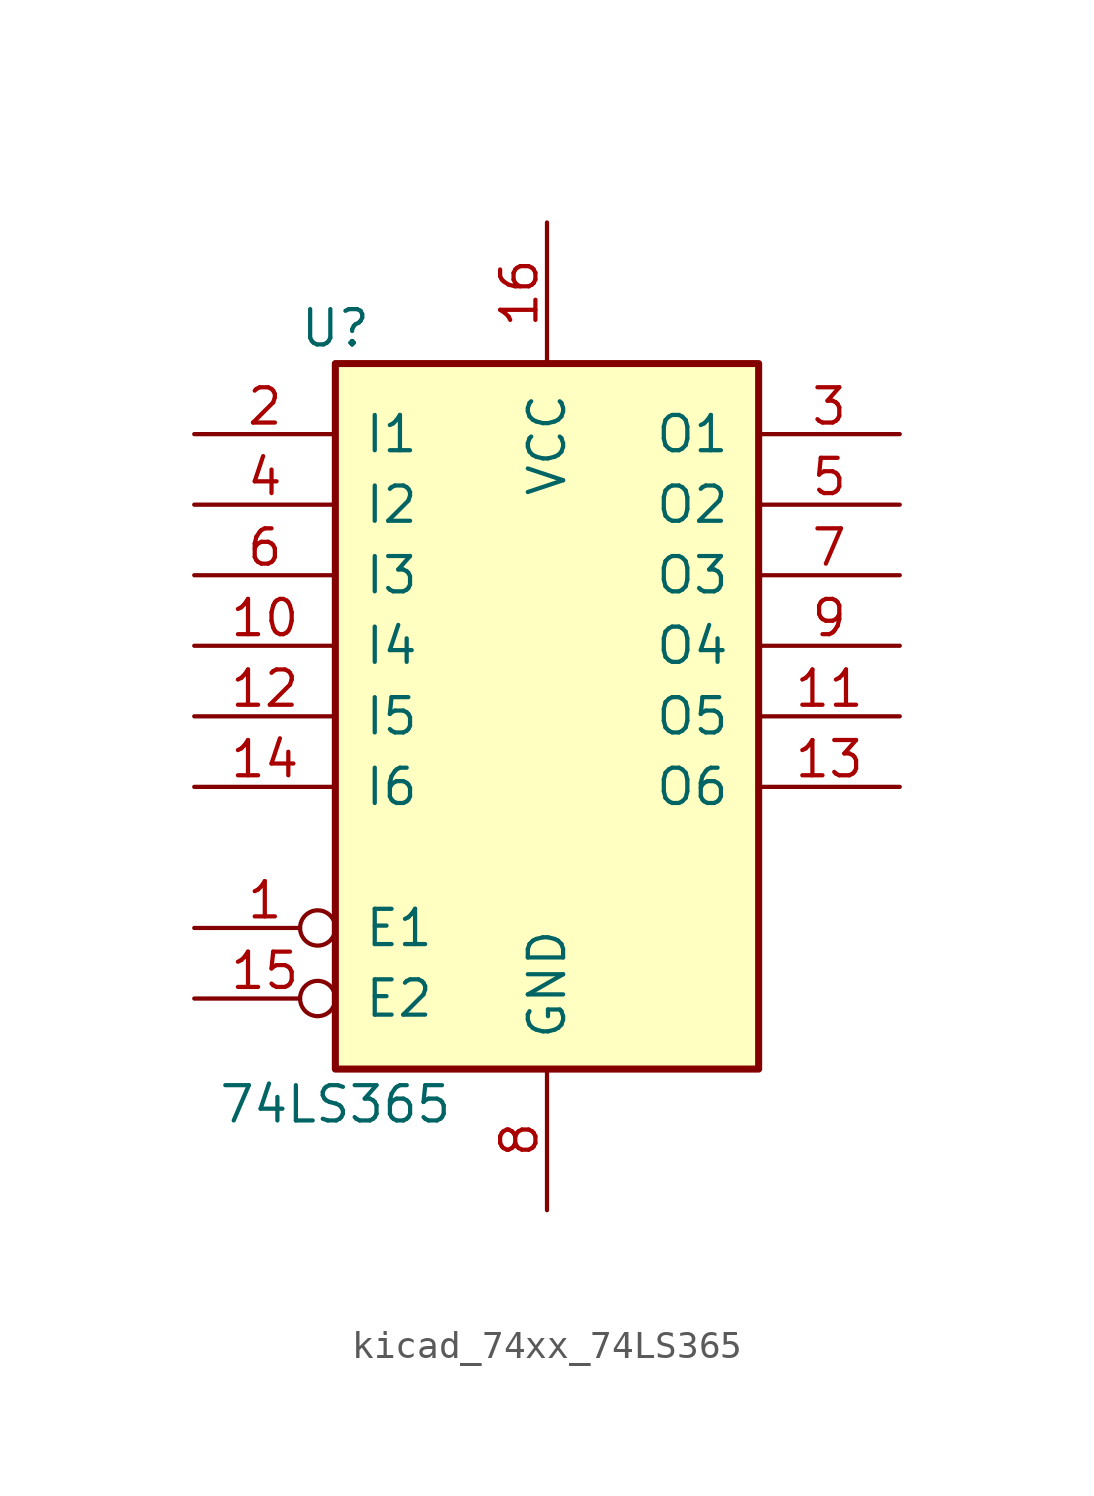
<source format=kicad_sym>
(kicad_symbol_lib
  (version 20220914)
  (generator kicad_symbol_editor)
  (symbol "kicad_74xx_74LS365"
    (pin_names
      (offset 1.016))
    (property "Reference" "U"
      (at -7.62 13.97 0)
      (effects (font (size 1.27 1.27))))
    (property "Value" "74LS365"
      (at -7.62 -13.97 0)
      (effects (font (size 1.27 1.27))))
    (property "ki_locked" ""
      (at 0 0 0)
      (effects (font (size 1.27 1.27))))
    (symbol "kicad_74xx_74LS365_1_0"
      (pin input inverted (at -12.7 -7.62 0) (length 5.08) (name "E1" (effects (font (size 1.27 1.27)))) (number "1" (effects (font (size 1.27 1.27)))))
      (pin input line (at -12.7 2.54 0) (length 5.08) (name "I4" (effects (font (size 1.27 1.27)))) (number "10" (effects (font (size 1.27 1.27)))))
      (pin tri_state line (at 12.7 0 180) (length 5.08) (name "O5" (effects (font (size 1.27 1.27)))) (number "11" (effects (font (size 1.27 1.27)))))
      (pin input line (at -12.7 0 0) (length 5.08) (name "I5" (effects (font (size 1.27 1.27)))) (number "12" (effects (font (size 1.27 1.27)))))
      (pin tri_state line (at 12.7 -2.54 180) (length 5.08) (name "O6" (effects (font (size 1.27 1.27)))) (number "13" (effects (font (size 1.27 1.27)))))
      (pin input line (at -12.7 -2.54 0) (length 5.08) (name "I6" (effects (font (size 1.27 1.27)))) (number "14" (effects (font (size 1.27 1.27)))))
      (pin input inverted (at -12.7 -10.16 0) (length 5.08) (name "E2" (effects (font (size 1.27 1.27)))) (number "15" (effects (font (size 1.27 1.27)))))
      (pin power_in line (at 0 17.78 270) (length 5.08) (name "VCC" (effects (font (size 1.27 1.27)))) (number "16" (effects (font (size 1.27 1.27)))))
      (pin input line (at -12.7 10.16 0) (length 5.08) (name "I1" (effects (font (size 1.27 1.27)))) (number "2" (effects (font (size 1.27 1.27)))))
      (pin tri_state line (at 12.7 10.16 180) (length 5.08) (name "O1" (effects (font (size 1.27 1.27)))) (number "3" (effects (font (size 1.27 1.27)))))
      (pin input line (at -12.7 7.62 0) (length 5.08) (name "I2" (effects (font (size 1.27 1.27)))) (number "4" (effects (font (size 1.27 1.27)))))
      (pin tri_state line (at 12.7 7.62 180) (length 5.08) (name "O2" (effects (font (size 1.27 1.27)))) (number "5" (effects (font (size 1.27 1.27)))))
      (pin input line (at -12.7 5.08 0) (length 5.08) (name "I3" (effects (font (size 1.27 1.27)))) (number "6" (effects (font (size 1.27 1.27)))))
      (pin tri_state line (at 12.7 5.08 180) (length 5.08) (name "O3" (effects (font (size 1.27 1.27)))) (number "7" (effects (font (size 1.27 1.27)))))
      (pin power_in line (at 0 -17.78 90) (length 5.08) (name "GND" (effects (font (size 1.27 1.27)))) (number "8" (effects (font (size 1.27 1.27)))))
      (pin tri_state line (at 12.7 2.54 180) (length 5.08) (name "O4" (effects (font (size 1.27 1.27)))) (number "9" (effects (font (size 1.27 1.27))))))
    (symbol "kicad_74xx_74LS365_1_1"
      (rectangle (start -7.62 12.7) (end 7.62 -12.7) (stroke (width 0.254) (type default)) (fill (type background))))))
</source>
